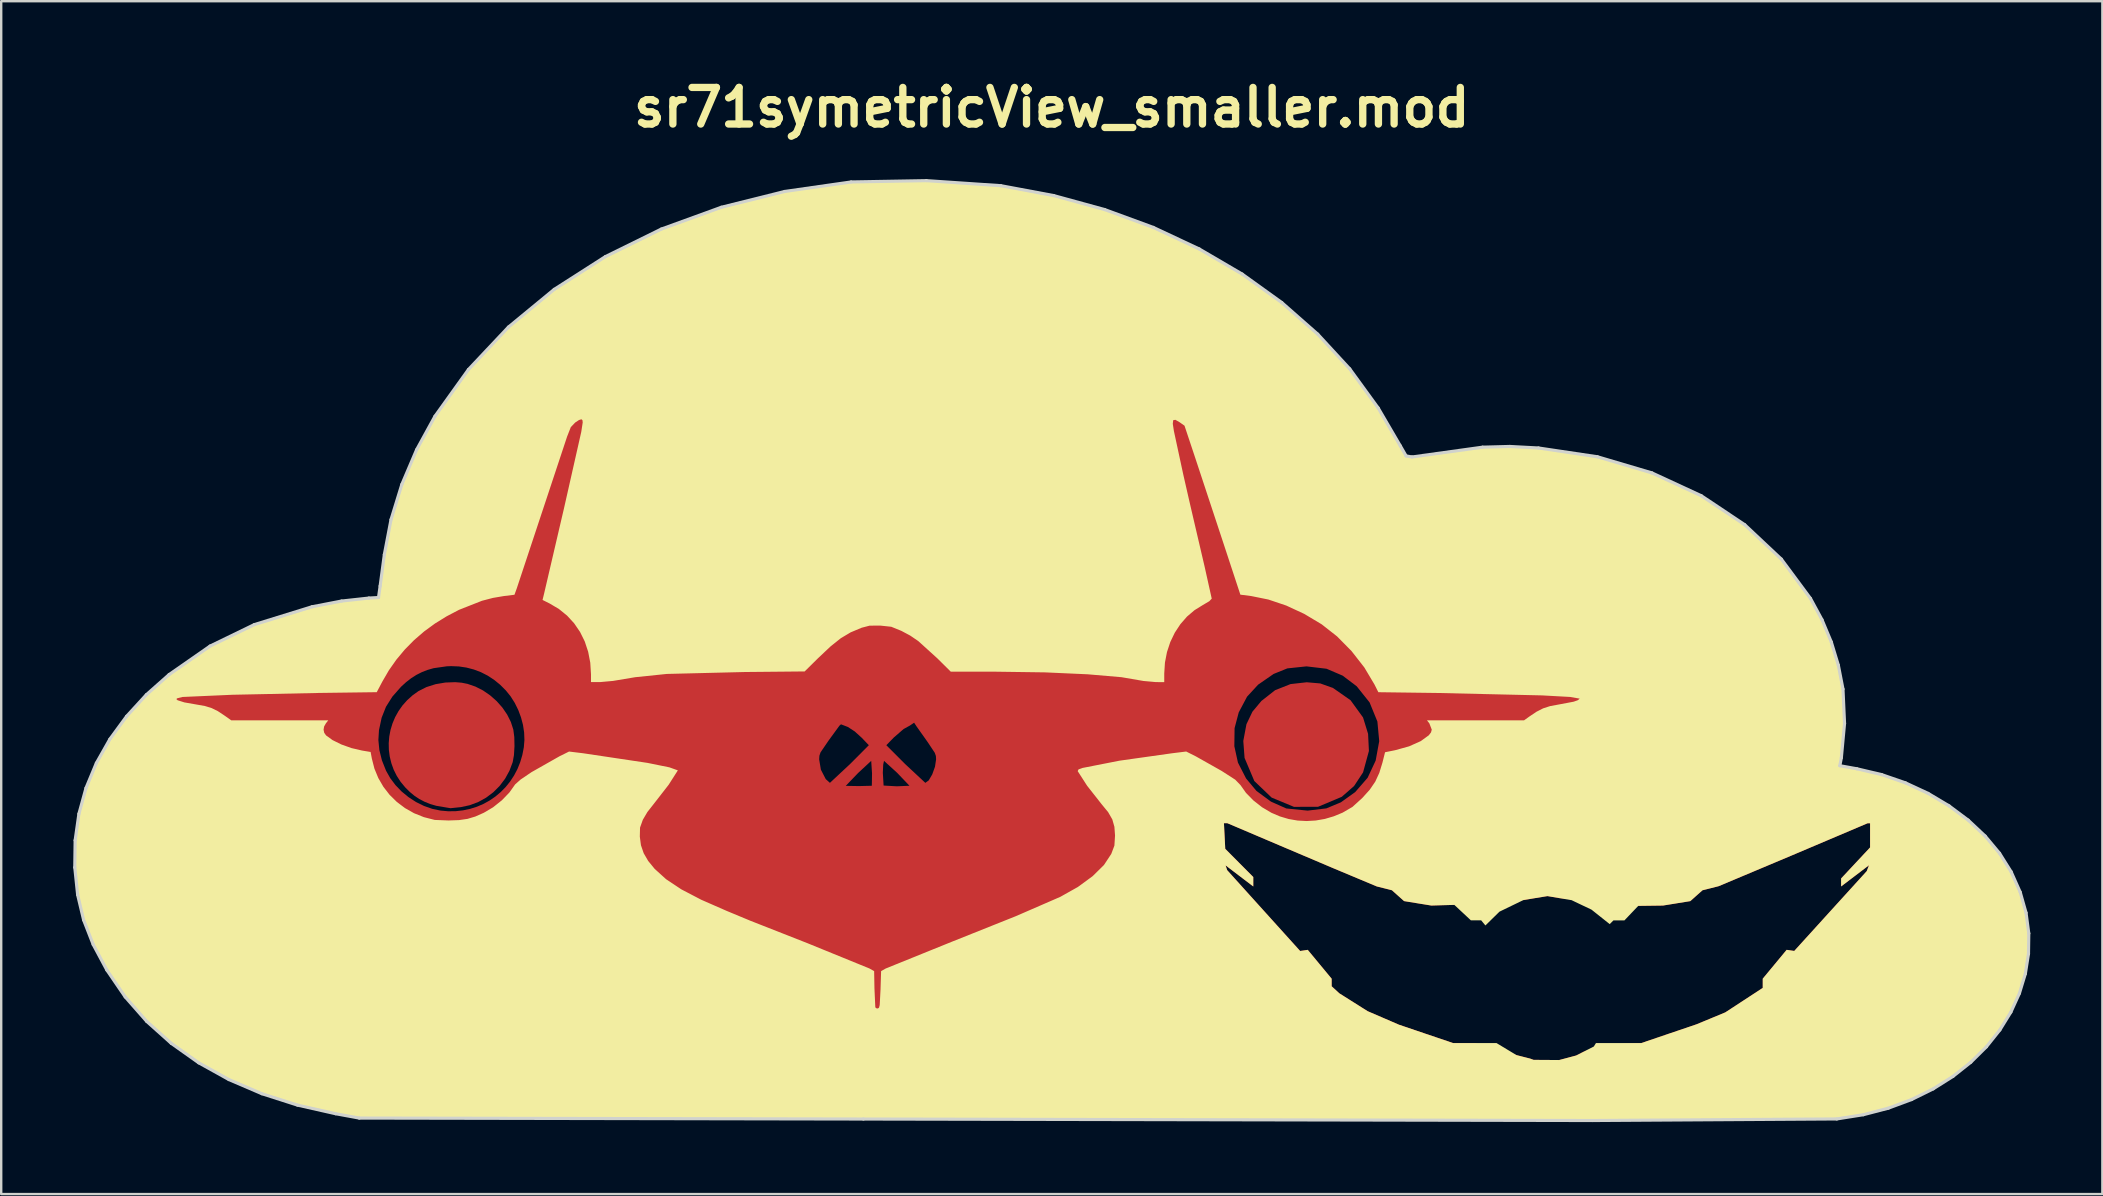
<source format=kicad_pcb>
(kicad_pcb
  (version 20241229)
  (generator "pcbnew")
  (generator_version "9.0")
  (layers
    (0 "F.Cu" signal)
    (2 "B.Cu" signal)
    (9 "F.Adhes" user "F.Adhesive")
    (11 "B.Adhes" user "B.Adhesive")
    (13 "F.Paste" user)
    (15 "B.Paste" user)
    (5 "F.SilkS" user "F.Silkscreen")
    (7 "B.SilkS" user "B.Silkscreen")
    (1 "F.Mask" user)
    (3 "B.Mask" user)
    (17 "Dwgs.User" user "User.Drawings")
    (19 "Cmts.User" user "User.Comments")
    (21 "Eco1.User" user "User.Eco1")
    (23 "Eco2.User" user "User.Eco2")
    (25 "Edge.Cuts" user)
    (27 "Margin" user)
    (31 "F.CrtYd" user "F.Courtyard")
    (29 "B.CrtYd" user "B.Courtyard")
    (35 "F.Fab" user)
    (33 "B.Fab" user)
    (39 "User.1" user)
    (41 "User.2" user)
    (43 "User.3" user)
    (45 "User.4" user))
  (footprint "sr71symetricView_smaller.mod"
    (layer "F.Cu")
    (at 40.764 24.051)
    (property "Reference" "sr71symetricView_smaller.mod" (at 0 -22.624 0) (layer "F.SilkS") (effects (font (size 1.524 1.524) (thickness 0.305))))
    (attr smd)
    (fp_poly (pts (xy 10.621 1.32) (xy 9.945 1.396) (xy 9.302 1.651) (xy 8.73 2.1) (xy 8.359 2.545) (xy 8.109 3.068) (xy 7.978 3.765) (xy 8.031 4.472) (xy 8.437 5.434) (xy 9.159 6.125) (xy 10.088 6.51) (xy 11.093 6.507) (xy 12.079 6.092) (xy 12.592 5.643) (xy 12.967 5.074) (xy 13.211 4.183) (xy 13.176 3.468) (xy 12.966 2.786) (xy 12.446 2.069) (xy 11.718 1.56) (xy 11.186 1.369) (xy 10.621 1.32) (xy 10.621 1.32) (xy 10.621 1.32)) (stroke (width 0) (type solid)) (fill yes) (layer "F.Cu"))
    (fp_poly (pts (xy -24.85 1.316) (xy -25.261 1.331) (xy -25.669 1.4) (xy -26.05 1.521) (xy -26.383 1.689) (xy -26.632 1.868) (xy -26.853 2.068) (xy -27.048 2.287) (xy -27.214 2.523) (xy -27.353 2.772) (xy -27.463 3.033) (xy -27.545 3.303) (xy -27.598 3.579) (xy -27.621 3.859) (xy -27.615 4.139) (xy -27.578 4.418) (xy -27.511 4.693) (xy -27.414 4.962) (xy -27.285 5.221) (xy -27.125 5.468) (xy -26.932 5.701) (xy -26.746 5.886) (xy -26.552 6.047) (xy -26.346 6.184) (xy -26.127 6.298) (xy -25.891 6.393) (xy -25.634 6.468) (xy -25.048 6.566) (xy -24.614 6.521) (xy -24.244 6.441) (xy -23.892 6.309) (xy -23.565 6.128) (xy -23.267 5.904) (xy -23.001 5.638) (xy -22.774 5.338) (xy -22.591 5.005) (xy -22.456 4.646) (xy -22.404 4.354) (xy -22.382 3.981) (xy -22.39 3.601) (xy -22.431 3.291) (xy -22.533 2.975) (xy -22.687 2.667) (xy -22.886 2.375) (xy -23.124 2.106) (xy -23.395 1.867) (xy -23.691 1.662) (xy -24.007 1.501) (xy -24.335 1.388) (xy -24.585 1.338) (xy -24.85 1.316)) (stroke (width 0) (type solid)) (fill yes) (layer "F.Cu"))
    (fp_poly (pts (xy -5.223 -19.576) (xy -25.024 0.648) (xy -24.698 0.661) (xy -24.383 0.708) (xy -24.076 0.788) (xy -23.782 0.899) (xy -23.5 1.043) (xy -23.232 1.218) (xy -22.979 1.424) (xy -22.743 1.66) (xy -22.542 1.909) (xy -22.369 2.183) (xy -22.225 2.476) (xy -22.111 2.781) (xy -22.028 3.095) (xy -21.98 3.413) (xy -21.968 3.727) (xy -21.993 4.033) (xy -22.055 4.35) (xy -22.144 4.65) (xy -22.259 4.936) (xy -22.4 5.204) (xy -22.564 5.454) (xy -22.749 5.684) (xy -22.955 5.894) (xy -23.179 6.082) (xy -23.421 6.248) (xy -23.677 6.389) (xy -23.948 6.505) (xy -24.231 6.594) (xy -24.526 6.656) (xy -24.829 6.69) (xy -25.141 6.694) (xy -25.459 6.666) (xy -25.808 6.593) (xy -26.152 6.472) (xy -26.483 6.309) (xy -26.796 6.106) (xy -27.084 5.87) (xy -27.34 5.604) (xy -27.558 5.314) (xy -27.733 5.004) (xy -27.905 4.571) (xy -28.011 4.145) (xy -28.052 3.727) (xy -28.027 3.316) (xy -27.916 2.796) (xy -27.734 2.338) (xy -27.468 1.917) (xy -27.106 1.506) (xy -26.9 1.318) (xy -26.689 1.154) (xy -26.47 1.014) (xy -26.24 0.898) (xy -26.001 0.805) (xy -25.749 0.733) (xy -25.201 0.655) (xy -25.024 0.648) (xy -25.024 0.648) (xy -5.223 -19.576) (xy 10.611 0.658) (xy 11.446 0.757) (xy 12.117 1.044) (xy 12.701 1.486) (xy 13.239 2.16) (xy 13.564 2.956) (xy 13.64 3.774) (xy 13.492 4.583) (xy 13.157 5.299) (xy 12.639 5.895) (xy 12.042 6.322) (xy 11.437 6.574) (xy 10.657 6.667) (xy 9.769 6.577) (xy 9.131 6.292) (xy 8.526 5.846) (xy 8.094 5.328) (xy 7.755 4.667) (xy 7.605 3.985) (xy 7.615 3.231) (xy 7.788 2.574) (xy 8.135 1.92) (xy 8.595 1.42) (xy 9.242 0.973) (xy 9.812 0.742) (xy 10.611 0.658) (xy -5.223 -19.576) (xy -5.735 3.004) (xy -5.627 3.168) (xy -5.168 3.815) (xy -4.874 4.258) (xy -4.828 4.39) (xy -4.819 4.529) (xy -4.865 4.838) (xy -4.98 5.158) (xy -5.127 5.409) (xy -5.268 5.51) (xy -6.109 4.726) (xy -6.892 3.942) (xy -6.579 3.62) (xy -6.173 3.268) (xy -5.908 3.122) (xy -5.735 3.004) (xy -5.223 -19.576) (xy -8.781 3.072) (xy -8.495 3.182) (xy -8.206 3.37) (xy -7.915 3.634) (xy -7.621 3.942) (xy -8.402 4.726) (xy -9.242 5.51) (xy -9.416 5.354) (xy -9.619 4.96) (xy -9.69 4.533) (xy -9.68 4.38) (xy -9.633 4.24) (xy -9.299 3.75) (xy -8.846 3.129) (xy -8.781 3.072) (xy -5.223 -19.576) (xy -7.522 4.594) (xy -7.488 5.112) (xy -7.496 5.631) (xy -8.039 5.645) (xy -8.582 5.635) (xy -8.067 5.099) (xy -7.522 4.594) (xy -5.223 -19.576) (xy -6.988 4.594) (xy -6.44 5.094) (xy -5.928 5.631) (xy -6.453 5.654) (xy -7.006 5.623) (xy -7.038 5.088) (xy -7.022 4.747) (xy -6.988 4.594) (xy -5.223 -19.576) (xy 7.172 7.192) (xy 7.244 7.192) (xy 7.316 7.192) (xy 9.505 8.123) (xy 11.695 9.053) (xy 12.616 9.439) (xy 13.537 9.825) (xy 13.853 9.904) (xy 14.169 9.984) (xy 14.422 10.21) (xy 14.675 10.436) (xy 15.243 10.529) (xy 15.811 10.621) (xy 16.29 10.607) (xy 16.769 10.594) (xy 17.737 10.487) (xy 18.438 10.441) (xy 19.644 10.394) (xy 20.146 10.31) (xy 20.649 10.228) (xy 21.151 10.313) (xy 24.431 10.635) (xy 24.947 10.628) (xy 25.464 10.621) (xy 26.032 10.529) (xy 26.6 10.437) (xy 26.853 10.211) (xy 27.107 9.985) (xy 27.442 9.901) (xy 27.777 9.816) (xy 29.283 9.183) (xy 30.788 8.55) (xy 32.384 7.873) (xy 33.981 7.195) (xy 34.034 7.194) (xy 34.088 7.194) (xy 34.088 7.697) (xy 34.088 8.201) (xy 33.484 8.847) (xy 32.881 9.493) (xy 32.881 9.66) (xy 32.881 9.826) (xy 33.461 9.385) (xy 34.042 8.943) (xy 33.995 9.066) (xy 33.948 9.188) (xy 32.438 10.85) (xy 30.929 12.512) (xy 30.77 12.489) (xy 30.612 12.466) (xy 30.114 13.067) (xy 29.616 13.668) (xy 29.616 13.86) (xy 29.616 14.052) (xy 28.836 14.562) (xy 28.056 15.072) (xy 27.458 15.32) (xy 26.859 15.568) (xy 25.707 15.959) (xy 24.557 16.35) (xy 23.486 16.397) (xy 22.953 16.478) (xy 22.212 16.681) (xy 21.844 16.868) (xy 21.489 16.963) (xy 21.135 17.057) (xy 20.602 17.053) (xy 20.603 17.054) (xy 20.07 17.049) (xy 19.999 17.023) (xy 19.928 16.997) (xy 19.642 16.924) (xy 19.357 16.851) (xy 18.353 16.559) (xy 17.622 16.35) (xy 16.719 16.35) (xy 15.591 15.968) (xy 14.463 15.585) (xy 13.811 15.303) (xy 13.159 15.022) (xy 12.569 14.65) (xy 11.978 14.277) (xy 11.819 14.13) (xy 11.659 13.984) (xy 11.659 13.827) (xy 11.659 13.669) (xy 11.161 13.068) (xy 10.663 12.467) (xy 10.505 12.491) (xy 10.346 12.514) (xy 8.826 10.83) (xy 7.306 9.146) (xy 7.273 9.048) (xy 7.24 8.948) (xy 7.817 9.388) (xy 8.394 9.827) (xy 8.394 9.63) (xy 8.394 9.433) (xy 7.81 8.846) (xy 7.226 8.258) (xy 7.199 7.727) (xy 7.172 7.194) (xy 7.172 7.192) (xy 7.172 7.192) (xy -5.223 -19.576) (xy -8.358 -19.521) (xy -11.124 -19.125) (xy -13.768 -18.466) (xy -16.266 -17.558) (xy -18.593 -16.413) (xy -20.725 -15.048) (xy -22.635 -13.475) (xy -24.3 -11.708) (xy -25.694 -9.762) (xy -26.46 -8.365) (xy -27.075 -6.92) (xy -27.526 -5.454) (xy -27.804 -3.998) (xy -27.978 -2.692) (xy -28.046 -2.21) (xy -28.447 -2.187) (xy -29.584 -2.063) (xy -30.816 -1.825) (xy -33.222 -1.081) (xy -35.064 -0.187) (xy -36.77 1) (xy -37.717 1.839) (xy -38.54 2.738) (xy -39.236 3.689) (xy -39.8 4.687) (xy -40.232 5.727) (xy -40.527 6.801) (xy -40.684 7.905) (xy -40.699 9.034) (xy -40.58 10.172) (xy -40.331 11.222) (xy -39.932 12.245) (xy -39.363 13.308) (xy -38.597 14.429) (xy -37.701 15.448) (xy -36.68 16.362) (xy -35.538 17.171) (xy -34.278 17.871) (xy -32.904 18.46) (xy -31.42 18.935) (xy -29.829 19.294) (xy -28.848 19.474) (xy -7.847 19.514) (xy 22.527 19.576) (xy 32.702 19.51) (xy 33.804 19.335) (xy 34.846 19.063) (xy 35.819 18.701) (xy 36.72 18.256) (xy 37.543 17.737) (xy 38.283 17.15) (xy 38.935 16.504) (xy 39.493 15.805) (xy 39.953 15.06) (xy 40.309 14.278) (xy 40.555 13.466) (xy 40.687 12.631) (xy 40.699 11.781) (xy 40.585 10.923) (xy 40.342 10.064) (xy 39.963 9.213) (xy 39.482 8.445) (xy 38.882 7.727) (xy 38.177 7.065) (xy 37.38 6.47) (xy 36.506 5.949) (xy 35.565 5.512) (xy 34.573 5.168) (xy 33.542 4.925) (xy 32.828 4.796) (xy 32.891 4.465) (xy 33.024 3.035) (xy 32.959 1.605) (xy 32.765 0.606) (xy 32.472 -0.359) (xy 32.084 -1.286) (xy 31.605 -2.172) (xy 30.392 -3.809) (xy 28.866 -5.243) (xy 27.058 -6.449) (xy 25.001 -7.401) (xy 22.73 -8.073) (xy 20.274 -8.439) (xy 19.077 -8.503) (xy 17.95 -8.473) (xy 15.008 -8.065) (xy 14.76 -8.108) (xy 14.518 -8.529) (xy 13.598 -10.104) (xy 12.412 -11.735) (xy 11.079 -13.18) (xy 9.581 -14.498) (xy 7.931 -15.684) (xy 6.143 -16.73) (xy 4.23 -17.627) (xy 2.206 -18.37) (xy 0.086 -18.952) (xy -2.12 -19.365) (xy -5.223 -19.576)) (stroke (width 0) (type solid)) (fill yes) (layer "F.Cu"))
    (fp_poly (pts (xy -6.989 4.594) (xy -5.928 5.631) (xy -7.006 5.623) (xy -6.989 4.594) (xy -6.989 4.594)) (stroke (width 0) (type solid)) (fill yes) (layer "F.Mask"))
    (fp_poly (pts (xy -7.522 4.594) (xy -7.488 5.112) (xy -7.496 5.631) (xy -8.039 5.645) (xy -8.582 5.636) (xy -7.522 4.593) (xy -7.522 4.594)) (stroke (width 0) (type solid)) (fill yes) (layer "F.Mask"))
    (fp_poly (pts (xy -5.735 3.005) (xy -5.627 3.168) (xy -5.169 3.815) (xy -4.819 4.529) (xy -5.268 5.51) (xy -6.109 4.727) (xy -6.892 3.943) (xy -6.579 3.62) (xy -6.173 3.268) (xy -5.908 3.122) (xy -5.735 3.005)) (stroke (width 0) (type solid)) (fill yes) (layer "F.Mask"))
    (fp_poly (pts (xy -8.78 3.071) (xy -8.495 3.182) (xy -7.915 3.634) (xy -7.622 3.943) (xy -8.403 4.727) (xy -9.242 5.51) (xy -9.416 5.353) (xy -9.69 4.533) (xy -9.299 3.749) (xy -8.846 3.129) (xy -8.78 3.071) (xy -8.78 3.071)) (stroke (width 0) (type solid)) (fill yes) (layer "F.Mask"))
    (fp_poly (pts (xy 10.611 0.658) (xy 9.302 1.651) (xy 9.945 1.396) (xy 10.621 1.32) (xy 10.621 1.32) (xy 10.621 1.32) (xy 11.186 1.369) (xy 11.718 1.56) (xy 12.446 2.069) (xy 12.966 2.786) (xy 13.176 3.467) (xy 13.211 4.183) (xy 12.967 5.074) (xy 12.592 5.643) (xy 12.079 6.092) (xy 11.093 6.507) (xy 10.087 6.51) (xy 9.159 6.125) (xy 8.438 5.434) (xy 8.031 4.472) (xy 7.978 3.764) (xy 8.11 3.067) (xy 8.359 2.545) (xy 8.731 2.1) (xy 9.302 1.651) (xy 10.611 0.658) (xy 9.812 0.742) (xy 9.242 0.972) (xy 8.595 1.419) (xy 8.135 1.92) (xy 7.788 2.574) (xy 7.615 3.231) (xy 7.605 3.985) (xy 7.755 4.667) (xy 8.094 5.328) (xy 8.526 5.845) (xy 9.131 6.292) (xy 9.769 6.577) (xy 10.657 6.667) (xy 11.437 6.574) (xy 12.043 6.322) (xy 12.639 5.895) (xy 13.157 5.299) (xy 13.493 4.583) (xy 13.64 3.775) (xy 13.564 2.957) (xy 13.239 2.159) (xy 12.701 1.486) (xy 12.117 1.044) (xy 11.446 0.757) (xy 10.611 0.658) (xy 10.611 0.658) (xy 10.611 0.658)) (stroke (width 0) (type solid)) (fill yes) (layer "F.Mask"))
    (fp_poly (pts (xy -25.024 0.648) (xy -24.85 1.316) (xy -24.585 1.338) (xy -24.335 1.387) (xy -24.007 1.501) (xy -23.691 1.662) (xy -23.395 1.866) (xy -23.125 2.106) (xy -22.886 2.375) (xy -22.687 2.667) (xy -22.533 2.974) (xy -22.431 3.291) (xy -22.39 3.601) (xy -22.382 3.98) (xy -22.404 4.354) (xy -22.456 4.646) (xy -22.591 5.005) (xy -22.774 5.337) (xy -23.001 5.638) (xy -23.267 5.903) (xy -23.565 6.128) (xy -23.892 6.309) (xy -24.244 6.441) (xy -24.614 6.52) (xy -25.048 6.566) (xy -25.634 6.468) (xy -25.891 6.393) (xy -26.127 6.298) (xy -26.347 6.184) (xy -26.552 6.047) (xy -26.746 5.886) (xy -26.933 5.701) (xy -27.125 5.468) (xy -27.285 5.221) (xy -27.414 4.962) (xy -27.511 4.693) (xy -27.579 4.418) (xy -27.615 4.139) (xy -27.621 3.859) (xy -27.598 3.579) (xy -27.545 3.303) (xy -27.463 3.033) (xy -27.353 2.772) (xy -27.214 2.523) (xy -27.048 2.287) (xy -26.853 2.068) (xy -26.632 1.868) (xy -26.383 1.689) (xy -26.05 1.521) (xy -25.669 1.4) (xy -25.261 1.331) (xy -24.85 1.316) (xy -24.85 1.316) (xy -25.024 0.648) (xy -25.201 0.655) (xy -25.749 0.733) (xy -26.001 0.805) (xy -26.241 0.898) (xy -26.47 1.014) (xy -26.689 1.154) (xy -26.901 1.318) (xy -27.106 1.506) (xy -27.468 1.917) (xy -27.734 2.338) (xy -27.916 2.796) (xy -28.027 3.316) (xy -28.052 3.727) (xy -28.012 4.146) (xy -27.905 4.571) (xy -27.733 5.004) (xy -27.558 5.314) (xy -27.34 5.604) (xy -27.084 5.87) (xy -26.796 6.106) (xy -26.484 6.309) (xy -26.152 6.473) (xy -25.809 6.593) (xy -25.459 6.666) (xy -25.141 6.694) (xy -24.829 6.69) (xy -24.526 6.657) (xy -24.231 6.595) (xy -23.948 6.505) (xy -23.677 6.389) (xy -23.421 6.248) (xy -23.179 6.083) (xy -22.955 5.894) (xy -22.749 5.685) (xy -22.564 5.454) (xy -22.4 5.204) (xy -22.259 4.936) (xy -22.144 4.651) (xy -22.055 4.35) (xy -21.993 4.034) (xy -21.968 3.727) (xy -21.98 3.413) (xy -22.029 3.096) (xy -22.111 2.781) (xy -22.225 2.476) (xy -22.369 2.183) (xy -22.542 1.91) (xy -22.743 1.661) (xy -22.979 1.424) (xy -23.232 1.218) (xy -23.5 1.043) (xy -23.782 0.899) (xy -24.076 0.788) (xy -24.383 0.708) (xy -24.699 0.662) (xy -25.024 0.648)) (stroke (width 0) (type solid)) (fill yes) (layer "F.Mask"))
    (fp_poly (pts (xy -5.223 -19.576) (xy -19.595 -9.635) (xy -19.595 -9.635) (xy -19.551 -9.599) (xy -19.54 -9.503) (xy -19.601 -9.107) (xy -20.326 -5.899) (xy -20.422 -5.489) (xy -21.145 -2.388) (xy -21.213 -2.109) (xy -20.916 -1.96) (xy -20.531 -1.732) (xy -20.191 -1.456) (xy -19.897 -1.136) (xy -19.651 -0.776) (xy -19.455 -0.38) (xy -19.313 0.049) (xy -19.225 0.506) (xy -19.195 0.988) (xy -19.195 1.313) (xy -18.821 1.313) (xy -18.278 1.264) (xy -17.352 1.109) (xy -16.035 0.973) (xy -12.779 0.893) (xy -10.294 0.869) (xy -9.74 0.321) (xy -9.216 -0.173) (xy -8.788 -0.515) (xy -8.381 -0.758) (xy -7.919 -0.952) (xy -7.588 -1.038) (xy -7.147 -1.041) (xy -6.686 -0.992) (xy -6.266 -0.821) (xy -5.895 -0.623) (xy -5.562 -0.396) (xy -4.766 0.325) (xy -4.207 0.879) (xy -2.306 0.88) (xy -0.285 0.908) (xy 1.495 0.988) (xy 2.906 1.109) (xy 3.817 1.266) (xy 4.335 1.313) (xy 4.685 1.314) (xy 4.685 0.956) (xy 4.714 0.501) (xy 4.799 0.061) (xy 4.937 -0.356) (xy 5.124 -0.745) (xy 5.357 -1.099) (xy 5.631 -1.414) (xy 5.945 -1.682) (xy 6.295 -1.899) (xy 6.563 -2.057) (xy 6.663 -2.164) (xy 6.368 -3.491) (xy 6.003 -5.054) (xy 5.868 -5.633) (xy 5.728 -6.236) (xy 5.48 -7.322) (xy 5.087 -9.146) (xy 5.041 -9.447) (xy 5.058 -9.597) (xy 5.149 -9.613) (xy 5.324 -9.512) (xy 5.529 -9.368) (xy 5.994 -7.971) (xy 7.157 -4.451) (xy 7.856 -2.329) (xy 8.309 -2.271) (xy 9.025 -2.126) (xy 9.769 -1.875) (xy 10.517 -1.528) (xy 11.246 -1.092) (xy 11.884 -0.591) (xy 12.487 0.021) (xy 13.019 0.702) (xy 13.442 1.412) (xy 13.604 1.734) (xy 16.104 1.767) (xy 20.421 1.867) (xy 21.596 1.932) (xy 21.992 2.002) (xy 21.917 2.066) (xy 21.741 2.129) (xy 21.106 2.249) (xy 20.758 2.313) (xy 20.468 2.407) (xy 20.188 2.55) (xy 19.87 2.764) (xy 19.674 2.906) (xy 17.651 2.906) (xy 15.629 2.906) (xy 15.729 3.033) (xy 15.829 3.294) (xy 15.797 3.409) (xy 15.705 3.529) (xy 15.372 3.771) (xy 14.885 3.989) (xy 14.3 4.151) (xy 13.883 4.235) (xy 13.776 4.663) (xy 13.643 5.096) (xy 13.474 5.462) (xy 13.245 5.797) (xy 12.934 6.141) (xy 12.525 6.513) (xy 12.114 6.752) (xy 11.746 6.904) (xy 11.372 7.014) (xy 10.994 7.079) (xy 10.616 7.101) (xy 10.24 7.081) (xy 9.869 7.017) (xy 9.505 6.909) (xy 9.151 6.758) (xy 8.761 6.527) (xy 8.398 6.242) (xy 8.089 5.926) (xy 7.861 5.604) (xy 7.642 5.378) (xy 7.079 5.015) (xy 5.998 4.405) (xy 5.599 4.205) (xy 5.01 4.278) (xy 2.82 4.587) (xy 1.287 4.888) (xy 1.113 4.95) (xy 1.08 5.022) (xy 1.471 5.63) (xy 2.074 6.397) (xy 2.349 6.733) (xy 2.521 7.032) (xy 2.609 7.341) (xy 2.635 7.705) (xy 2.609 8.123) (xy 2.478 8.471) (xy 2.173 8.933) (xy 1.701 9.398) (xy 1.088 9.847) (xy 0.357 10.258) (xy -1.502 11.066) (xy -4.143 12.121) (xy -6.918 13.244) (xy -7.11 13.353) (xy -7.134 14.123) (xy -7.168 14.767) (xy -7.197 14.876) (xy -7.243 14.909) (xy -7.31 14.901) (xy -7.351 14.861) (xy -7.387 14.075) (xy -7.4 13.353) (xy -7.593 13.244) (xy -10.174 12.191) (xy -12.562 11.252) (xy -13.55 10.841) (xy -14.606 10.378) (xy -15.433 9.946) (xy -16.067 9.524) (xy -16.543 9.093) (xy -16.813 8.763) (xy -17 8.441) (xy -17.114 8.109) (xy -17.161 7.75) (xy -17.152 7.374) (xy -17.036 7.049) (xy -16.846 6.726) (xy -16.579 6.386) (xy -15.96 5.59) (xy -15.577 4.99) (xy -15.927 4.865) (xy -16.84 4.679) (xy -19.519 4.278) (xy -20.109 4.206) (xy -20.505 4.402) (xy -21.672 5.064) (xy -22.13 5.374) (xy -22.355 5.575) (xy -22.594 5.912) (xy -22.908 6.237) (xy -23.272 6.527) (xy -23.657 6.755) (xy -24.013 6.913) (xy -24.34 7.011) (xy -24.693 7.062) (xy -25.129 7.077) (xy -25.703 7.055) (xy -26.157 6.939) (xy -26.566 6.775) (xy -26.942 6.562) (xy -27.283 6.305) (xy -27.585 6.008) (xy -27.843 5.675) (xy -28.055 5.31) (xy -28.217 4.917) (xy -28.324 4.499) (xy -28.375 4.224) (xy -28.734 4.164) (xy -29.172 4.062) (xy -29.594 3.911) (xy -29.96 3.73) (xy -30.23 3.535) (xy -30.308 3.426) (xy -30.335 3.298) (xy -30.313 3.164) (xy -30.239 3.032) (xy -30.139 2.905) (xy -32.161 2.905) (xy -34.183 2.905) (xy -34.444 2.719) (xy -34.738 2.524) (xy -34.999 2.395) (xy -35.279 2.309) (xy -35.625 2.248) (xy -36.133 2.159) (xy -36.414 2.07) (xy -36.462 2.029) (xy -36.446 1.992) (xy -36.214 1.933) (xy -34.136 1.841) (xy -30.52 1.765) (xy -28.12 1.733) (xy -27.886 1.29) (xy -27.613 0.82) (xy -27.301 0.376) (xy -26.952 -0.042) (xy -26.567 -0.433) (xy -26.148 -0.795) (xy -25.694 -1.127) (xy -25.207 -1.428) (xy -24.689 -1.699) (xy -23.735 -2.075) (xy -23.279 -2.194) (xy -22.827 -2.271) (xy -22.383 -2.325) (xy -22.286 -2.593) (xy -20.192 -8.909) (xy -20.036 -9.308) (xy -19.853 -9.5) (xy -19.695 -9.604) (xy -19.595 -9.635) (xy -5.223 -19.576) (xy 30.788 8.55) (xy 32.384 7.873) (xy 33.981 7.195) (xy 34.034 7.194) (xy 34.088 7.194) (xy 34.088 7.697) (xy 34.088 8.201) (xy 33.484 8.847) (xy 32.881 9.493) (xy 32.881 9.66) (xy 32.881 9.826) (xy 33.461 9.385) (xy 34.042 8.943) (xy 33.995 9.066) (xy 33.948 9.188) (xy 32.438 10.85) (xy 30.929 12.512) (xy 30.77 12.489) (xy 30.612 12.466) (xy 30.114 13.067) (xy 29.616 13.668) (xy 29.616 13.86) (xy 29.616 14.052) (xy 28.836 14.562) (xy 28.056 15.072) (xy 27.458 15.32) (xy 26.859 15.568) (xy 25.707 15.959) (xy 24.557 16.35) (xy 23.612 16.35) (xy 22.669 16.35) (xy 22.624 16.422) (xy 22.579 16.494) (xy 22.212 16.681) (xy 21.844 16.868) (xy 21.489 16.963) (xy 21.135 17.057) (xy 20.602 17.053) (xy 20.603 17.054) (xy 20.07 17.049) (xy 19.999 17.023) (xy 19.928 16.997) (xy 19.642 16.924) (xy 19.357 16.851) (xy 18.942 16.601) (xy 18.527 16.35) (xy 17.622 16.35) (xy 16.719 16.35) (xy 15.591 15.968) (xy 14.463 15.585) (xy 13.811 15.303) (xy 13.159 15.022) (xy 12.569 14.65) (xy 11.978 14.277) (xy 11.819 14.13) (xy 11.659 13.984) (xy 11.659 13.827) (xy 11.659 13.669) (xy 11.161 13.068) (xy 10.663 12.467) (xy 10.505 12.491) (xy 10.346 12.514) (xy 8.826 10.83) (xy 7.306 9.146) (xy 7.273 9.048) (xy 7.24 8.948) (xy 7.817 9.388) (xy 8.394 9.827) (xy 8.394 9.63) (xy 8.394 9.433) (xy 7.81 8.846) (xy 7.226 8.258) (xy 7.199 7.727) (xy 7.172 7.194) (xy 7.172 7.192) (xy 7.172 7.192) (xy 7.244 7.192) (xy 7.316 7.192) (xy 9.505 8.123) (xy 11.695 9.053) (xy 12.616 9.439) (xy 13.537 9.825) (xy 13.853 9.904) (xy 14.169 9.984) (xy 14.422 10.21) (xy 14.675 10.436) (xy 15.243 10.529) (xy 15.811 10.621) (xy 16.29 10.607) (xy 16.769 10.594) (xy 17.114 10.916) (xy 17.459 11.238) (xy 17.673 11.238) (xy 17.888 11.238) (xy 17.976 11.345) (xy 18.064 11.451) (xy 18.357 11.163) (xy 18.65 10.876) (xy 19.147 10.635) (xy 19.644 10.394) (xy 20.146 10.31) (xy 20.649 10.228) (xy 21.151 10.313) (xy 21.653 10.397) (xy 22.068 10.595) (xy 22.483 10.792) (xy 22.862 11.093) (xy 23.242 11.395) (xy 23.32 11.317) (xy 23.398 11.239) (xy 23.627 11.239) (xy 23.856 11.239) (xy 24.143 10.937) (xy 24.431 10.635) (xy 24.947 10.628) (xy 25.464 10.621) (xy 26.032 10.529) (xy 26.6 10.437) (xy 26.853 10.211) (xy 27.107 9.985) (xy 27.442 9.901) (xy 27.777 9.816) (xy 29.283 9.183) (xy 30.788 8.55) (xy -5.223 -19.576) (xy -8.358 -19.521) (xy -11.124 -19.125) (xy -13.768 -18.466) (xy -16.266 -17.558) (xy -18.593 -16.413) (xy -20.725 -15.048) (xy -22.635 -13.475) (xy -24.3 -11.708) (xy -25.694 -9.762) (xy -26.46 -8.365) (xy -27.075 -6.92) (xy -27.526 -5.454) (xy -27.804 -3.998) (xy -27.978 -2.692) (xy -28.046 -2.21) (xy -28.447 -2.187) (xy -29.584 -2.063) (xy -30.816 -1.825) (xy -33.222 -1.081) (xy -35.064 -0.187) (xy -36.77 1) (xy -37.717 1.839) (xy -38.54 2.738) (xy -39.236 3.689) (xy -39.8 4.687) (xy -40.232 5.727) (xy -40.527 6.801) (xy -40.684 7.905) (xy -40.699 9.034) (xy -40.58 10.172) (xy -40.331 11.222) (xy -39.932 12.245) (xy -39.363 13.308) (xy -38.597 14.429) (xy -37.701 15.448) (xy -36.68 16.362) (xy -35.538 17.171) (xy -34.278 17.871) (xy -32.904 18.46) (xy -31.42 18.935) (xy -29.829 19.294) (xy -28.848 19.474) (xy -7.847 19.514) (xy 22.527 19.576) (xy 32.702 19.51) (xy 33.804 19.335) (xy 34.846 19.063) (xy 35.819 18.701) (xy 36.72 18.256) (xy 37.543 17.737) (xy 38.283 17.15) (xy 38.935 16.504) (xy 39.493 15.805) (xy 39.953 15.06) (xy 40.309 14.278) (xy 40.555 13.466) (xy 40.687 12.631) (xy 40.699 11.781) (xy 40.585 10.923) (xy 40.342 10.064) (xy 39.963 9.213) (xy 39.482 8.445) (xy 38.882 7.727) (xy 38.177 7.065) (xy 37.38 6.47) (xy 36.506 5.949) (xy 35.565 5.512) (xy 34.573 5.168) (xy 33.542 4.925) (xy 32.828 4.796) (xy 32.891 4.465) (xy 33.024 3.035) (xy 32.959 1.605) (xy 32.765 0.606) (xy 32.472 -0.359) (xy 32.084 -1.286) (xy 31.605 -2.172) (xy 30.392 -3.809) (xy 28.866 -5.243) (xy 27.058 -6.449) (xy 25.001 -7.401) (xy 22.73 -8.073) (xy 20.274 -8.439) (xy 19.077 -8.503) (xy 17.95 -8.473) (xy 15.008 -8.065) (xy 14.76 -8.108) (xy 14.518 -8.529) (xy 13.598 -10.104) (xy 12.412 -11.735) (xy 11.079 -13.18) (xy 9.581 -14.498) (xy 7.931 -15.684) (xy 6.143 -16.73) (xy 4.23 -17.627) (xy 2.206 -18.37) (xy 0.086 -18.952) (xy -2.12 -19.365) (xy -5.223 -19.576)) (stroke (width 0) (type solid)) (fill yes) (layer "F.SilkS"))
    (fp_line (start -40.699 9.034) (end -40.58 10.172) (stroke (width 0.131) (type solid)) (layer "Edge.Cuts"))
    (fp_line (start -40.684 7.905) (end -40.699 9.034) (stroke (width 0.131) (type solid)) (layer "Edge.Cuts"))
    (fp_line (start -40.58 10.172) (end -40.331 11.222) (stroke (width 0.131) (type solid)) (layer "Edge.Cuts"))
    (fp_line (start -40.527 6.801) (end -40.684 7.905) (stroke (width 0.131) (type solid)) (layer "Edge.Cuts"))
    (fp_line (start -40.331 11.222) (end -39.932 12.245) (stroke (width 0.131) (type solid)) (layer "Edge.Cuts"))
    (fp_line (start -40.232 5.727) (end -40.527 6.801) (stroke (width 0.131) (type solid)) (layer "Edge.Cuts"))
    (fp_line (start -39.932 12.245) (end -39.363 13.308) (stroke (width 0.131) (type solid)) (layer "Edge.Cuts"))
    (fp_line (start -39.8 4.687) (end -40.232 5.727) (stroke (width 0.131) (type solid)) (layer "Edge.Cuts"))
    (fp_line (start -39.363 13.308) (end -38.597 14.429) (stroke (width 0.131) (type solid)) (layer "Edge.Cuts"))
    (fp_line (start -39.236 3.689) (end -39.8 4.687) (stroke (width 0.131) (type solid)) (layer "Edge.Cuts"))
    (fp_line (start -38.597 14.429) (end -37.701 15.448) (stroke (width 0.131) (type solid)) (layer "Edge.Cuts"))
    (fp_line (start -38.54 2.738) (end -39.236 3.689) (stroke (width 0.131) (type solid)) (layer "Edge.Cuts"))
    (fp_line (start -37.717 1.839) (end -38.54 2.738) (stroke (width 0.131) (type solid)) (layer "Edge.Cuts"))
    (fp_line (start -37.701 15.448) (end -36.68 16.362) (stroke (width 0.131) (type solid)) (layer "Edge.Cuts"))
    (fp_line (start -36.77 1) (end -37.717 1.839) (stroke (width 0.131) (type solid)) (layer "Edge.Cuts"))
    (fp_line (start -36.68 16.362) (end -35.538 17.171) (stroke (width 0.131) (type solid)) (layer "Edge.Cuts"))
    (fp_line (start -35.538 17.171) (end -34.278 17.871) (stroke (width 0.131) (type solid)) (layer "Edge.Cuts"))
    (fp_line (start -35.064 -0.187) (end -36.77 1) (stroke (width 0.131) (type solid)) (layer "Edge.Cuts"))
    (fp_line (start -34.278 17.871) (end -32.904 18.46) (stroke (width 0.131) (type solid)) (layer "Edge.Cuts"))
    (fp_line (start -33.222 -1.081) (end -35.064 -0.187) (stroke (width 0.131) (type solid)) (layer "Edge.Cuts"))
    (fp_line (start -32.904 18.46) (end -31.42 18.935) (stroke (width 0.131) (type solid)) (layer "Edge.Cuts"))
    (fp_line (start -31.42 18.935) (end -29.829 19.294) (stroke (width 0.131) (type solid)) (layer "Edge.Cuts"))
    (fp_line (start -30.816 -1.825) (end -33.222 -1.081) (stroke (width 0.131) (type solid)) (layer "Edge.Cuts"))
    (fp_line (start -29.829 19.294) (end -28.848 19.474) (stroke (width 0.131) (type solid)) (layer "Edge.Cuts"))
    (fp_line (start -29.584 -2.063) (end -30.816 -1.825) (stroke (width 0.131) (type solid)) (layer "Edge.Cuts"))
    (fp_line (start -28.848 19.474) (end -7.847 19.514) (stroke (width 0.131) (type solid)) (layer "Edge.Cuts"))
    (fp_line (start -28.447 -2.187) (end -29.584 -2.063) (stroke (width 0.131) (type solid)) (layer "Edge.Cuts"))
    (fp_line (start -28.046 -2.21) (end -28.447 -2.187) (stroke (width 0.131) (type solid)) (layer "Edge.Cuts"))
    (fp_line (start -27.978 -2.692) (end -28.046 -2.21) (stroke (width 0.131) (type solid)) (layer "Edge.Cuts"))
    (fp_line (start -27.804 -3.998) (end -27.978 -2.692) (stroke (width 0.131) (type solid)) (layer "Edge.Cuts"))
    (fp_line (start -27.526 -5.454) (end -27.804 -3.998) (stroke (width 0.131) (type solid)) (layer "Edge.Cuts"))
    (fp_line (start -27.075 -6.92) (end -27.526 -5.454) (stroke (width 0.131) (type solid)) (layer "Edge.Cuts"))
    (fp_line (start -26.46 -8.365) (end -27.075 -6.92) (stroke (width 0.131) (type solid)) (layer "Edge.Cuts"))
    (fp_line (start -25.694 -9.762) (end -26.46 -8.365) (stroke (width 0.131) (type solid)) (layer "Edge.Cuts"))
    (fp_line (start -24.3 -11.708) (end -25.694 -9.762) (stroke (width 0.131) (type solid)) (layer "Edge.Cuts"))
    (fp_line (start -22.635 -13.475) (end -24.3 -11.708) (stroke (width 0.131) (type solid)) (layer "Edge.Cuts"))
    (fp_line (start -20.725 -15.048) (end -22.635 -13.475) (stroke (width 0.131) (type solid)) (layer "Edge.Cuts"))
    (fp_line (start -18.593 -16.413) (end -20.725 -15.048) (stroke (width 0.131) (type solid)) (layer "Edge.Cuts"))
    (fp_line (start -16.266 -17.558) (end -18.593 -16.413) (stroke (width 0.131) (type solid)) (layer "Edge.Cuts"))
    (fp_line (start -13.768 -18.466) (end -16.266 -17.558) (stroke (width 0.131) (type solid)) (layer "Edge.Cuts"))
    (fp_line (start -11.124 -19.125) (end -13.768 -18.466) (stroke (width 0.131) (type solid)) (layer "Edge.Cuts"))
    (fp_line (start -8.358 -19.521) (end -11.124 -19.125) (stroke (width 0.131) (type solid)) (layer "Edge.Cuts"))
    (fp_line (start -7.847 19.514) (end 22.527 19.576) (stroke (width 0.131) (type solid)) (layer "Edge.Cuts"))
    (fp_line (start -5.223 -19.576) (end -8.358 -19.521) (stroke (width 0.131) (type solid)) (layer "Edge.Cuts"))
    (fp_line (start -2.12 -19.365) (end -5.223 -19.576) (stroke (width 0.131) (type solid)) (layer "Edge.Cuts"))
    (fp_line (start 0.086 -18.952) (end -2.12 -19.365) (stroke (width 0.131) (type solid)) (layer "Edge.Cuts"))
    (fp_line (start 2.206 -18.37) (end 0.086 -18.952) (stroke (width 0.131) (type solid)) (layer "Edge.Cuts"))
    (fp_line (start 4.23 -17.627) (end 2.206 -18.37) (stroke (width 0.131) (type solid)) (layer "Edge.Cuts"))
    (fp_line (start 6.143 -16.73) (end 4.23 -17.627) (stroke (width 0.131) (type solid)) (layer "Edge.Cuts"))
    (fp_line (start 7.931 -15.684) (end 6.143 -16.73) (stroke (width 0.131) (type solid)) (layer "Edge.Cuts"))
    (fp_line (start 9.581 -14.498) (end 7.931 -15.684) (stroke (width 0.131) (type solid)) (layer "Edge.Cuts"))
    (fp_line (start 11.079 -13.18) (end 9.581 -14.498) (stroke (width 0.131) (type solid)) (layer "Edge.Cuts"))
    (fp_line (start 12.412 -11.735) (end 11.079 -13.18) (stroke (width 0.131) (type solid)) (layer "Edge.Cuts"))
    (fp_line (start 13.598 -10.104) (end 12.412 -11.735) (stroke (width 0.131) (type solid)) (layer "Edge.Cuts"))
    (fp_line (start 14.518 -8.529) (end 13.598 -10.104) (stroke (width 0.131) (type solid)) (layer "Edge.Cuts"))
    (fp_line (start 14.76 -8.108) (end 14.518 -8.529) (stroke (width 0.131) (type solid)) (layer "Edge.Cuts"))
    (fp_line (start 15.008 -8.065) (end 14.76 -8.108) (stroke (width 0.131) (type solid)) (layer "Edge.Cuts"))
    (fp_line (start 17.95 -8.473) (end 15.008 -8.065) (stroke (width 0.131) (type solid)) (layer "Edge.Cuts"))
    (fp_line (start 19.077 -8.503) (end 17.95 -8.473) (stroke (width 0.131) (type solid)) (layer "Edge.Cuts"))
    (fp_line (start 20.274 -8.439) (end 19.077 -8.503) (stroke (width 0.131) (type solid)) (layer "Edge.Cuts"))
    (fp_line (start 22.527 19.576) (end 32.702 19.51) (stroke (width 0.131) (type solid)) (layer "Edge.Cuts"))
    (fp_line (start 22.73 -8.073) (end 20.274 -8.439) (stroke (width 0.131) (type solid)) (layer "Edge.Cuts"))
    (fp_line (start 25.001 -7.401) (end 22.73 -8.073) (stroke (width 0.131) (type solid)) (layer "Edge.Cuts"))
    (fp_line (start 27.058 -6.449) (end 25.001 -7.401) (stroke (width 0.131) (type solid)) (layer "Edge.Cuts"))
    (fp_line (start 28.866 -5.243) (end 27.058 -6.449) (stroke (width 0.131) (type solid)) (layer "Edge.Cuts"))
    (fp_line (start 30.392 -3.809) (end 28.866 -5.243) (stroke (width 0.131) (type solid)) (layer "Edge.Cuts"))
    (fp_line (start 31.605 -2.172) (end 30.392 -3.809) (stroke (width 0.131) (type solid)) (layer "Edge.Cuts"))
    (fp_line (start 32.084 -1.286) (end 31.605 -2.172) (stroke (width 0.131) (type solid)) (layer "Edge.Cuts"))
    (fp_line (start 32.472 -0.359) (end 32.084 -1.286) (stroke (width 0.131) (type solid)) (layer "Edge.Cuts"))
    (fp_line (start 32.702 19.51) (end 33.804 19.335) (stroke (width 0.131) (type solid)) (layer "Edge.Cuts"))
    (fp_line (start 32.765 0.606) (end 32.472 -0.359) (stroke (width 0.131) (type solid)) (layer "Edge.Cuts"))
    (fp_line (start 32.828 4.796) (end 32.891 4.465) (stroke (width 0.131) (type solid)) (layer "Edge.Cuts"))
    (fp_line (start 32.891 4.465) (end 33.024 3.035) (stroke (width 0.131) (type solid)) (layer "Edge.Cuts"))
    (fp_line (start 32.959 1.605) (end 32.765 0.606) (stroke (width 0.131) (type solid)) (layer "Edge.Cuts"))
    (fp_line (start 33.024 3.035) (end 32.959 1.605) (stroke (width 0.131) (type solid)) (layer "Edge.Cuts"))
    (fp_line (start 33.542 4.925) (end 32.828 4.796) (stroke (width 0.131) (type solid)) (layer "Edge.Cuts"))
    (fp_line (start 33.804 19.335) (end 34.846 19.063) (stroke (width 0.131) (type solid)) (layer "Edge.Cuts"))
    (fp_line (start 34.573 5.168) (end 33.542 4.925) (stroke (width 0.131) (type solid)) (layer "Edge.Cuts"))
    (fp_line (start 34.846 19.063) (end 35.819 18.701) (stroke (width 0.131) (type solid)) (layer "Edge.Cuts"))
    (fp_line (start 35.565 5.512) (end 34.573 5.168) (stroke (width 0.131) (type solid)) (layer "Edge.Cuts"))
    (fp_line (start 35.819 18.701) (end 36.72 18.256) (stroke (width 0.131) (type solid)) (layer "Edge.Cuts"))
    (fp_line (start 36.506 5.949) (end 35.565 5.512) (stroke (width 0.131) (type solid)) (layer "Edge.Cuts"))
    (fp_line (start 36.72 18.256) (end 37.543 17.737) (stroke (width 0.131) (type solid)) (layer "Edge.Cuts"))
    (fp_line (start 37.38 6.47) (end 36.506 5.949) (stroke (width 0.131) (type solid)) (layer "Edge.Cuts"))
    (fp_line (start 37.543 17.737) (end 38.283 17.15) (stroke (width 0.131) (type solid)) (layer "Edge.Cuts"))
    (fp_line (start 38.177 7.065) (end 37.38 6.47) (stroke (width 0.131) (type solid)) (layer "Edge.Cuts"))
    (fp_line (start 38.283 17.15) (end 38.935 16.504) (stroke (width 0.131) (type solid)) (layer "Edge.Cuts"))
    (fp_line (start 38.882 7.727) (end 38.177 7.065) (stroke (width 0.131) (type solid)) (layer "Edge.Cuts"))
    (fp_line (start 38.935 16.504) (end 39.493 15.805) (stroke (width 0.131) (type solid)) (layer "Edge.Cuts"))
    (fp_line (start 39.482 8.445) (end 38.882 7.727) (stroke (width 0.131) (type solid)) (layer "Edge.Cuts"))
    (fp_line (start 39.493 15.805) (end 39.953 15.06) (stroke (width 0.131) (type solid)) (layer "Edge.Cuts"))
    (fp_line (start 39.953 15.06) (end 40.309 14.278) (stroke (width 0.131) (type solid)) (layer "Edge.Cuts"))
    (fp_line (start 39.963 9.213) (end 39.482 8.445) (stroke (width 0.131) (type solid)) (layer "Edge.Cuts"))
    (fp_line (start 40.309 14.278) (end 40.555 13.466) (stroke (width 0.131) (type solid)) (layer "Edge.Cuts"))
    (fp_line (start 40.342 10.064) (end 39.963 9.213) (stroke (width 0.131) (type solid)) (layer "Edge.Cuts"))
    (fp_line (start 40.555 13.466) (end 40.687 12.631) (stroke (width 0.131) (type solid)) (layer "Edge.Cuts"))
    (fp_line (start 40.585 10.923) (end 40.342 10.064) (stroke (width 0.131) (type solid)) (layer "Edge.Cuts"))
    (fp_line (start 40.687 12.631) (end 40.699 11.781) (stroke (width 0.131) (type solid)) (layer "Edge.Cuts"))
    (fp_line (start 40.699 11.781) (end 40.585 10.923) (stroke (width 0.131) (type solid)) (layer "Edge.Cuts")))
  (gr_rect
    (start -3 -3)
    (end 84.528 46.692)
    (stroke (width 0.1) (type default))
    (fill no)
    (layer "Edge.Cuts")))
</source>
